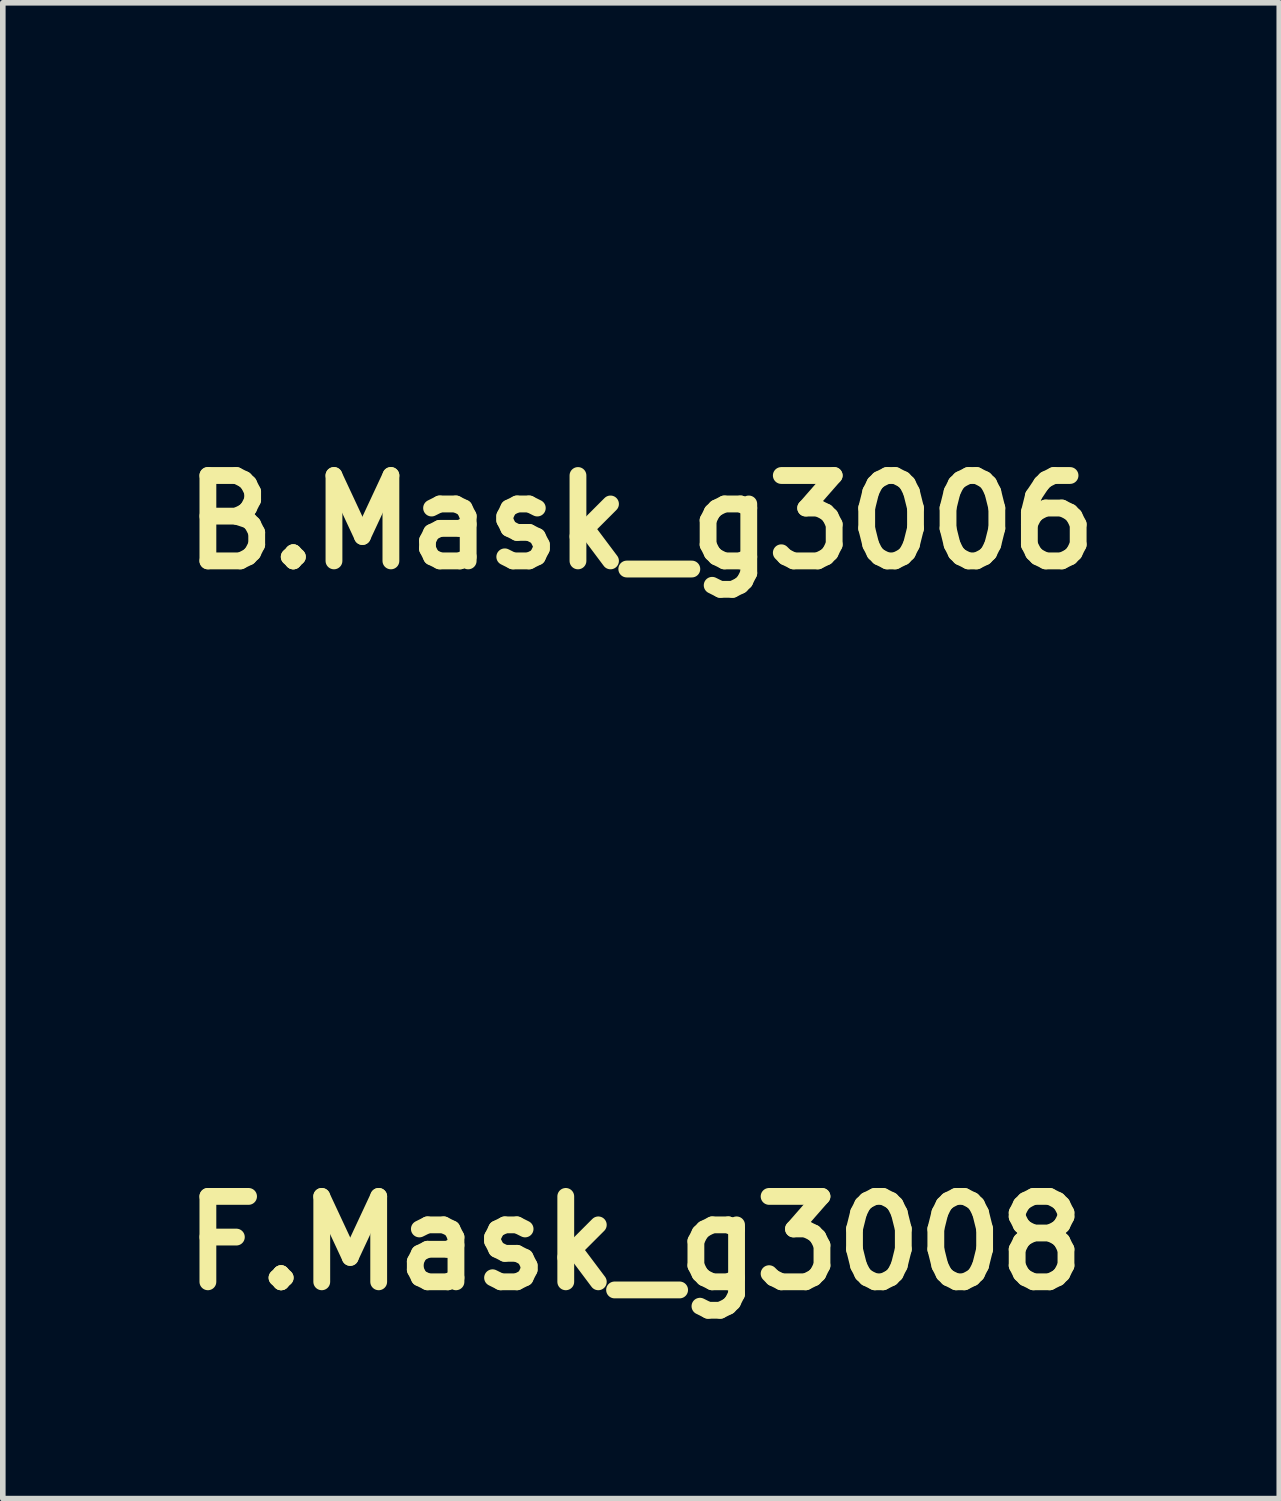
<source format=kicad_pcb>
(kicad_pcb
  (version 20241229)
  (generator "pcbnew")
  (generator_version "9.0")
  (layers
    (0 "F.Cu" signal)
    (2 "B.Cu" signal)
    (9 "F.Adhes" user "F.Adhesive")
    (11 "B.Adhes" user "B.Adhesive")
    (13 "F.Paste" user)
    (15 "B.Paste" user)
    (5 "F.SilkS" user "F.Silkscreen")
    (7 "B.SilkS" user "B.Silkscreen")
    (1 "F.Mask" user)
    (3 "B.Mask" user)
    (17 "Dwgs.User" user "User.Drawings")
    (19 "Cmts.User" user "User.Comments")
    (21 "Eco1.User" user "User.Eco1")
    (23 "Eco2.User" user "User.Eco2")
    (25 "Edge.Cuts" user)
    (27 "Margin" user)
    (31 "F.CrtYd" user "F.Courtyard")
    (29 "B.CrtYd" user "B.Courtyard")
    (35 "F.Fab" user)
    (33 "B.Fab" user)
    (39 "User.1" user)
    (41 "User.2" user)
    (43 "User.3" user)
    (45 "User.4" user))
  (footprint "F.Mask_g3008"
    (layer "F.Cu")
    (at 8.28 19.135)
    (property "Reference" "F.Mask_g3008" (at 0 0 0) (layer "F.SilkS") (effects (font (size 1.524 1.524) (thickness 0.3))))
    (attr through_hole)
    (fp_poly (pts (xy 0.351 -8.403) (xy 0.639 -8.29) (xy 0.882 -8.107) (xy 1.077 -7.855) (xy 1.131 -7.755) (xy 1.249 -7.514) (xy 1.26 -3.517) (xy 1.262 -2.82) (xy 1.264 -2.203) (xy 1.265 -1.66) (xy 1.266 -1.187) (xy 1.264 -0.777) (xy 1.262 -0.425) (xy 1.257 -0.127) (xy 1.249 0.123) (xy 1.239 0.329) (xy 1.226 0.498) (xy 1.21 0.635) (xy 1.19 0.744) (xy 1.165 0.831) (xy 1.136 0.901) (xy 1.102 0.959) (xy 1.064 1.011) (xy 1.019 1.062) (xy 0.969 1.116) (xy 0.947 1.14) (xy 0.755 1.328) (xy 0.566 1.451) (xy 0.353 1.521) (xy 0.089 1.55) (xy 0.064 1.551) (xy -0.112 1.553) (xy -0.266 1.546) (xy -0.37 1.532) (xy -0.381 1.529) (xy -0.663 1.394) (xy -0.911 1.192) (xy -1.106 0.937) (xy -1.153 0.851) (xy -1.249 0.656) (xy -1.249 -7.514) (xy -1.128 -7.76) (xy -0.978 -7.988) (xy -0.776 -8.19) (xy -0.546 -8.341) (xy -0.435 -8.388) (xy -0.308 -8.417) (xy -0.136 -8.436) (xy 0.021 -8.442) (xy 0.351 -8.403)) (stroke (width 0.01) (type solid)) (fill yes) (layer "F.Mask")))
  (footprint "B.Mask_g3006"
    (layer "F.Cu")
    (at 8.389 6.27)
    (property "Reference" "B.Mask_g3006" (at 0 0 0) (layer "F.SilkS") (effects (font (size 1.524 1.524) (thickness 0.3))))
    (attr through_hole)
    (fp_poly (pts (xy 1.651 -4.614) (xy -1.609 -4.614) (xy -1.609 -6.265) (xy 1.651 -6.265) (xy 1.651 -4.614)) (stroke (width 0.01) (type solid)) (fill yes) (layer "B.Mask"))
    (fp_poly (pts (xy 1.651 -0.889) (xy -1.609 -0.889) (xy -1.609 -2.54) (xy 1.651 -2.54) (xy 1.651 -0.889)) (stroke (width 0.01) (type solid)) (fill yes) (layer "B.Mask")))
  (gr_rect
    (start -3 -3)
    (end 19.779 23.693)
    (stroke (width 0.1) (type default))
    (fill no)
    (layer "Edge.Cuts")))
</source>
